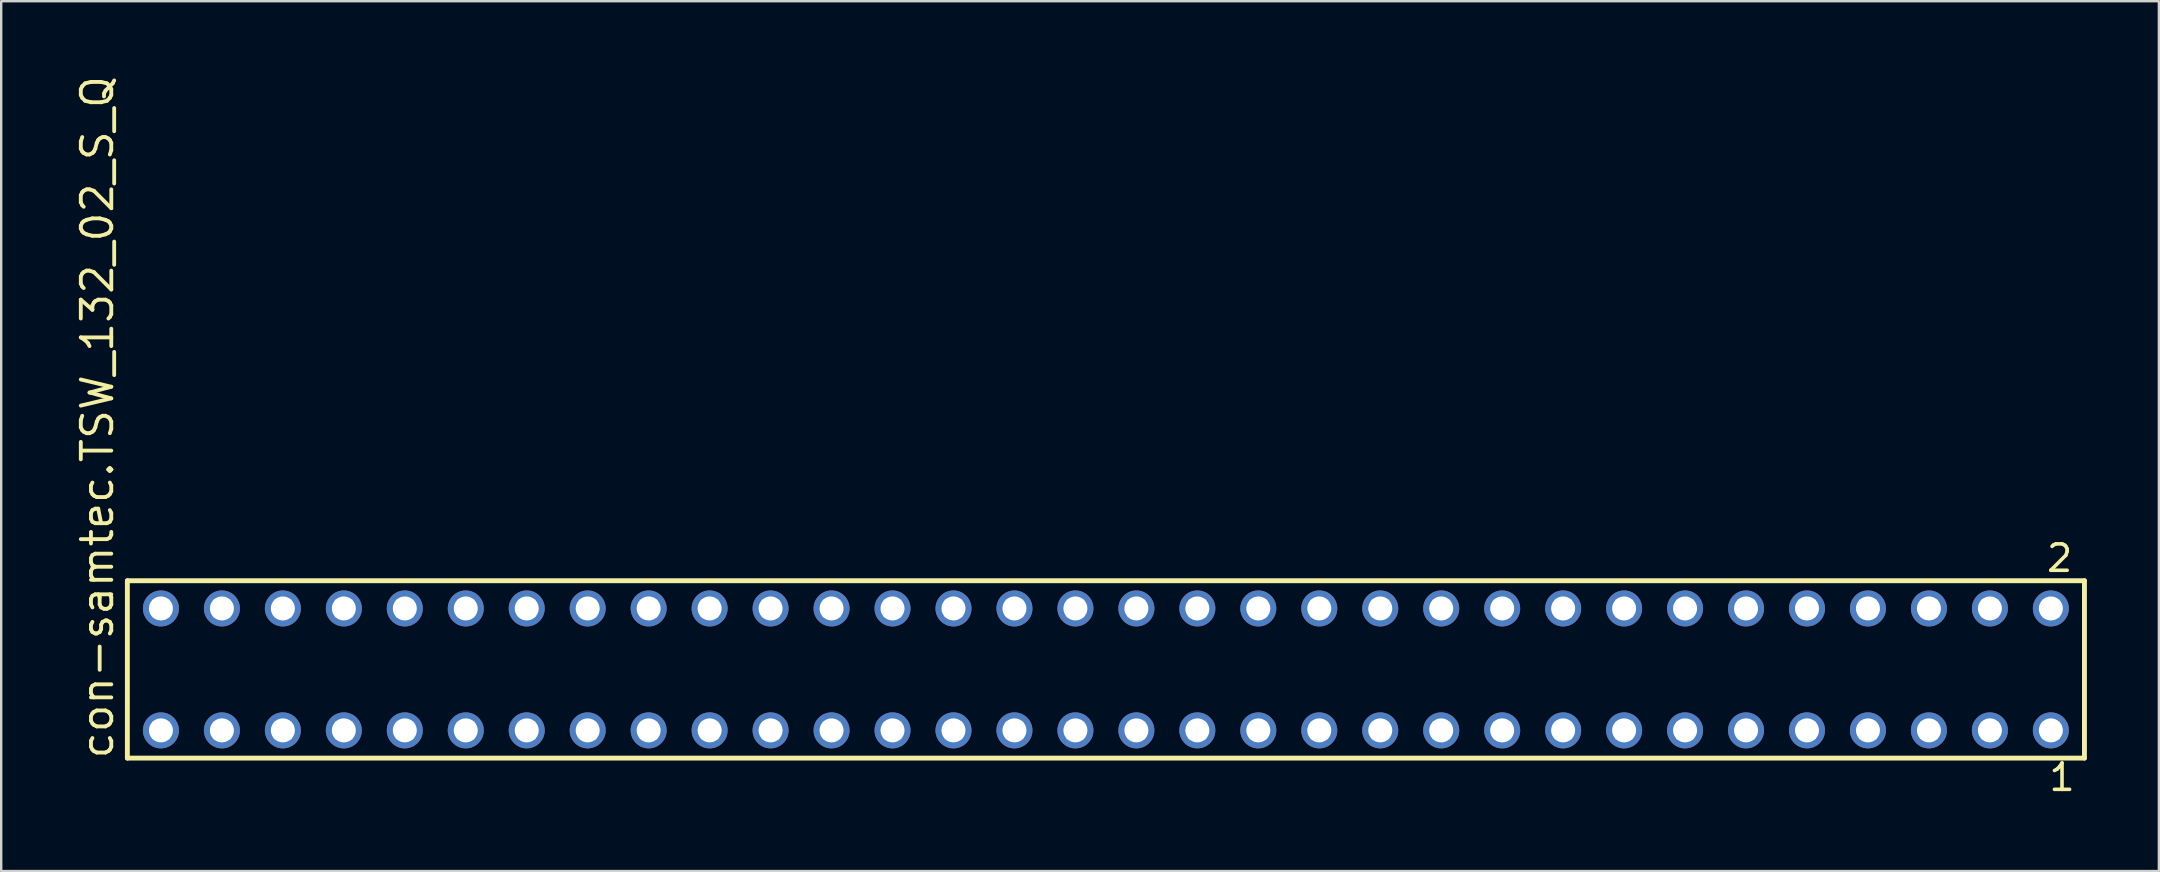
<source format=kicad_pcb>
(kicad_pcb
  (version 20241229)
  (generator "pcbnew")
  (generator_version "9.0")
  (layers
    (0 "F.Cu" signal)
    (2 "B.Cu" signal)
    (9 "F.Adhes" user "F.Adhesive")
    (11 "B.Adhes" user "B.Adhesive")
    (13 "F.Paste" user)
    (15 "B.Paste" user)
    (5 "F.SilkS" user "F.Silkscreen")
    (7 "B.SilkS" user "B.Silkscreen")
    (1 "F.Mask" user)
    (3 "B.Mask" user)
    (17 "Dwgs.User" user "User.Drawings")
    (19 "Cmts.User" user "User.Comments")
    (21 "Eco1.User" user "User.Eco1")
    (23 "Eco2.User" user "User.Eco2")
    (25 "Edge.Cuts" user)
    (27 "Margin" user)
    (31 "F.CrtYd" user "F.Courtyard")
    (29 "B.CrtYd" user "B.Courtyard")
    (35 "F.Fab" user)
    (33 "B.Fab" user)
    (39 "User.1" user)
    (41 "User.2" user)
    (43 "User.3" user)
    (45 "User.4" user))
  (footprint "con-samtec.TSW_132_02_S_Q"
    (layer "F.Cu")
    (at 43.025 24.84)
    (property "Reference" "con-samtec.TSW_132_02_S_Q" (at -41.275 3.81 90) (layer "F.SilkS") (effects (font (size 1.27 1.27) (thickness 0.16)) (justify left bottom)))
    (attr through_hole)
    (fp_line (start -40.769 -3.695) (end 40.769 -3.695) (stroke (width 0.203) (type default)) (layer "F.SilkS"))
    (fp_line (start -40.769 3.695) (end -40.769 -3.695) (stroke (width 0.203) (type default)) (layer "F.SilkS"))
    (fp_line (start 40.769 -3.695) (end 40.769 3.695) (stroke (width 0.203) (type default)) (layer "F.SilkS"))
    (fp_line (start 40.769 3.695) (end -40.769 3.695) (stroke (width 0.203) (type default)) (layer "F.SilkS"))
    (fp_rect (start -39.72 -2.19) (end -39.02 -2.89) (stroke (width 0.05) (type default)) (fill no) (layer "F.Fab"))
    (fp_rect (start -39.72 2.89) (end -39.02 2.19) (stroke (width 0.05) (type default)) (fill no) (layer "F.Fab"))
    (fp_rect (start -37.18 -2.19) (end -36.48 -2.89) (stroke (width 0.05) (type default)) (fill no) (layer "F.Fab"))
    (fp_rect (start -37.18 2.89) (end -36.48 2.19) (stroke (width 0.05) (type default)) (fill no) (layer "F.Fab"))
    (fp_rect (start -34.64 -2.19) (end -33.94 -2.89) (stroke (width 0.05) (type default)) (fill no) (layer "F.Fab"))
    (fp_rect (start -34.64 2.89) (end -33.94 2.19) (stroke (width 0.05) (type default)) (fill no) (layer "F.Fab"))
    (fp_rect (start -32.1 -2.19) (end -31.4 -2.89) (stroke (width 0.05) (type default)) (fill no) (layer "F.Fab"))
    (fp_rect (start -32.1 2.89) (end -31.4 2.19) (stroke (width 0.05) (type default)) (fill no) (layer "F.Fab"))
    (fp_rect (start -29.56 -2.19) (end -28.86 -2.89) (stroke (width 0.05) (type default)) (fill no) (layer "F.Fab"))
    (fp_rect (start -29.56 2.89) (end -28.86 2.19) (stroke (width 0.05) (type default)) (fill no) (layer "F.Fab"))
    (fp_rect (start -27.02 -2.19) (end -26.32 -2.89) (stroke (width 0.05) (type default)) (fill no) (layer "F.Fab"))
    (fp_rect (start -27.02 2.89) (end -26.32 2.19) (stroke (width 0.05) (type default)) (fill no) (layer "F.Fab"))
    (fp_rect (start -24.48 -2.19) (end -23.78 -2.89) (stroke (width 0.05) (type default)) (fill no) (layer "F.Fab"))
    (fp_rect (start -24.48 2.89) (end -23.78 2.19) (stroke (width 0.05) (type default)) (fill no) (layer "F.Fab"))
    (fp_rect (start -21.94 -2.19) (end -21.24 -2.89) (stroke (width 0.05) (type default)) (fill no) (layer "F.Fab"))
    (fp_rect (start -21.94 2.89) (end -21.24 2.19) (stroke (width 0.05) (type default)) (fill no) (layer "F.Fab"))
    (fp_rect (start -19.4 -2.19) (end -18.7 -2.89) (stroke (width 0.05) (type default)) (fill no) (layer "F.Fab"))
    (fp_rect (start -19.4 2.89) (end -18.7 2.19) (stroke (width 0.05) (type default)) (fill no) (layer "F.Fab"))
    (fp_rect (start -16.86 -2.19) (end -16.16 -2.89) (stroke (width 0.05) (type default)) (fill no) (layer "F.Fab"))
    (fp_rect (start -16.86 2.89) (end -16.16 2.19) (stroke (width 0.05) (type default)) (fill no) (layer "F.Fab"))
    (fp_rect (start -14.32 -2.19) (end -13.62 -2.89) (stroke (width 0.05) (type default)) (fill no) (layer "F.Fab"))
    (fp_rect (start -14.32 2.89) (end -13.62 2.19) (stroke (width 0.05) (type default)) (fill no) (layer "F.Fab"))
    (fp_rect (start -11.78 -2.19) (end -11.08 -2.89) (stroke (width 0.05) (type default)) (fill no) (layer "F.Fab"))
    (fp_rect (start -11.78 2.89) (end -11.08 2.19) (stroke (width 0.05) (type default)) (fill no) (layer "F.Fab"))
    (fp_rect (start -9.24 -2.19) (end -8.54 -2.89) (stroke (width 0.05) (type default)) (fill no) (layer "F.Fab"))
    (fp_rect (start -9.24 2.89) (end -8.54 2.19) (stroke (width 0.05) (type default)) (fill no) (layer "F.Fab"))
    (fp_rect (start -6.7 -2.19) (end -6 -2.89) (stroke (width 0.05) (type default)) (fill no) (layer "F.Fab"))
    (fp_rect (start -6.7 2.89) (end -6 2.19) (stroke (width 0.05) (type default)) (fill no) (layer "F.Fab"))
    (fp_rect (start -4.16 -2.19) (end -3.46 -2.89) (stroke (width 0.05) (type default)) (fill no) (layer "F.Fab"))
    (fp_rect (start -4.16 2.89) (end -3.46 2.19) (stroke (width 0.05) (type default)) (fill no) (layer "F.Fab"))
    (fp_rect (start -1.62 -2.19) (end -0.92 -2.89) (stroke (width 0.05) (type default)) (fill no) (layer "F.Fab"))
    (fp_rect (start -1.62 2.89) (end -0.92 2.19) (stroke (width 0.05) (type default)) (fill no) (layer "F.Fab"))
    (fp_rect (start 0.92 -2.19) (end 1.62 -2.89) (stroke (width 0.05) (type default)) (fill no) (layer "F.Fab"))
    (fp_rect (start 0.92 2.89) (end 1.62 2.19) (stroke (width 0.05) (type default)) (fill no) (layer "F.Fab"))
    (fp_rect (start 3.46 -2.19) (end 4.16 -2.89) (stroke (width 0.05) (type default)) (fill no) (layer "F.Fab"))
    (fp_rect (start 3.46 2.89) (end 4.16 2.19) (stroke (width 0.05) (type default)) (fill no) (layer "F.Fab"))
    (fp_rect (start 6 -2.19) (end 6.7 -2.89) (stroke (width 0.05) (type default)) (fill no) (layer "F.Fab"))
    (fp_rect (start 6 2.89) (end 6.7 2.19) (stroke (width 0.05) (type default)) (fill no) (layer "F.Fab"))
    (fp_rect (start 8.54 -2.19) (end 9.24 -2.89) (stroke (width 0.05) (type default)) (fill no) (layer "F.Fab"))
    (fp_rect (start 8.54 2.89) (end 9.24 2.19) (stroke (width 0.05) (type default)) (fill no) (layer "F.Fab"))
    (fp_rect (start 11.08 -2.19) (end 11.78 -2.89) (stroke (width 0.05) (type default)) (fill no) (layer "F.Fab"))
    (fp_rect (start 11.08 2.89) (end 11.78 2.19) (stroke (width 0.05) (type default)) (fill no) (layer "F.Fab"))
    (fp_rect (start 13.62 -2.19) (end 14.32 -2.89) (stroke (width 0.05) (type default)) (fill no) (layer "F.Fab"))
    (fp_rect (start 13.62 2.89) (end 14.32 2.19) (stroke (width 0.05) (type default)) (fill no) (layer "F.Fab"))
    (fp_rect (start 16.16 -2.19) (end 16.86 -2.89) (stroke (width 0.05) (type default)) (fill no) (layer "F.Fab"))
    (fp_rect (start 16.16 2.89) (end 16.86 2.19) (stroke (width 0.05) (type default)) (fill no) (layer "F.Fab"))
    (fp_rect (start 18.7 -2.19) (end 19.4 -2.89) (stroke (width 0.05) (type default)) (fill no) (layer "F.Fab"))
    (fp_rect (start 18.7 2.89) (end 19.4 2.19) (stroke (width 0.05) (type default)) (fill no) (layer "F.Fab"))
    (fp_rect (start 21.24 -2.19) (end 21.94 -2.89) (stroke (width 0.05) (type default)) (fill no) (layer "F.Fab"))
    (fp_rect (start 21.24 2.89) (end 21.94 2.19) (stroke (width 0.05) (type default)) (fill no) (layer "F.Fab"))
    (fp_rect (start 23.78 -2.19) (end 24.48 -2.89) (stroke (width 0.05) (type default)) (fill no) (layer "F.Fab"))
    (fp_rect (start 23.78 2.89) (end 24.48 2.19) (stroke (width 0.05) (type default)) (fill no) (layer "F.Fab"))
    (fp_rect (start 26.32 -2.19) (end 27.02 -2.89) (stroke (width 0.05) (type default)) (fill no) (layer "F.Fab"))
    (fp_rect (start 26.32 2.89) (end 27.02 2.19) (stroke (width 0.05) (type default)) (fill no) (layer "F.Fab"))
    (fp_rect (start 28.86 -2.19) (end 29.56 -2.89) (stroke (width 0.05) (type default)) (fill no) (layer "F.Fab"))
    (fp_rect (start 28.86 2.89) (end 29.56 2.19) (stroke (width 0.05) (type default)) (fill no) (layer "F.Fab"))
    (fp_rect (start 31.4 -2.19) (end 32.1 -2.89) (stroke (width 0.05) (type default)) (fill no) (layer "F.Fab"))
    (fp_rect (start 31.4 2.89) (end 32.1 2.19) (stroke (width 0.05) (type default)) (fill no) (layer "F.Fab"))
    (fp_rect (start 33.94 -2.19) (end 34.64 -2.89) (stroke (width 0.05) (type default)) (fill no) (layer "F.Fab"))
    (fp_rect (start 33.94 2.89) (end 34.64 2.19) (stroke (width 0.05) (type default)) (fill no) (layer "F.Fab"))
    (fp_rect (start 36.48 -2.19) (end 37.18 -2.89) (stroke (width 0.05) (type default)) (fill no) (layer "F.Fab"))
    (fp_rect (start 36.48 2.89) (end 37.18 2.19) (stroke (width 0.05) (type default)) (fill no) (layer "F.Fab"))
    (fp_rect (start 39.02 -2.19) (end 39.72 -2.89) (stroke (width 0.05) (type default)) (fill no) (layer "F.Fab"))
    (fp_rect (start 39.02 2.89) (end 39.72 2.19) (stroke (width 0.05) (type default)) (fill no) (layer "F.Fab"))
    (fp_text user "2" (at 39.112 -3.989 0) (layer "F.SilkS") (effects (font (size 1.1 1.1) (thickness 0.15)) (justify left bottom)))
    (fp_text user "1" (at 39.212 5.138 0) (layer "F.SilkS") (effects (font (size 1.1 1.1) (thickness 0.15)) (justify left bottom)))
    (pad "1" thru_hole circle (at 39.37 2.54 180) (size 1.5 1.5) (drill 1) (layers "*.Cu" "*.Mask"))
    (pad "2" thru_hole circle (at 39.37 -2.54 180) (size 1.5 1.5) (drill 1) (layers "*.Cu" "*.Mask"))
    (pad "3" thru_hole circle (at 36.83 2.54 180) (size 1.5 1.5) (drill 1) (layers "*.Cu" "*.Mask"))
    (pad "4" thru_hole circle (at 36.83 -2.54 180) (size 1.5 1.5) (drill 1) (layers "*.Cu" "*.Mask"))
    (pad "5" thru_hole circle (at 34.29 2.54 180) (size 1.5 1.5) (drill 1) (layers "*.Cu" "*.Mask"))
    (pad "6" thru_hole circle (at 34.29 -2.54 180) (size 1.5 1.5) (drill 1) (layers "*.Cu" "*.Mask"))
    (pad "7" thru_hole circle (at 31.75 2.54 180) (size 1.5 1.5) (drill 1) (layers "*.Cu" "*.Mask"))
    (pad "8" thru_hole circle (at 31.75 -2.54 180) (size 1.5 1.5) (drill 1) (layers "*.Cu" "*.Mask"))
    (pad "9" thru_hole circle (at 29.21 2.54 180) (size 1.5 1.5) (drill 1) (layers "*.Cu" "*.Mask"))
    (pad "10" thru_hole circle (at 29.21 -2.54 180) (size 1.5 1.5) (drill 1) (layers "*.Cu" "*.Mask"))
    (pad "11" thru_hole circle (at 26.67 2.54 180) (size 1.5 1.5) (drill 1) (layers "*.Cu" "*.Mask"))
    (pad "12" thru_hole circle (at 26.67 -2.54 180) (size 1.5 1.5) (drill 1) (layers "*.Cu" "*.Mask"))
    (pad "13" thru_hole circle (at 24.13 2.54 180) (size 1.5 1.5) (drill 1) (layers "*.Cu" "*.Mask"))
    (pad "14" thru_hole circle (at 24.13 -2.54 180) (size 1.5 1.5) (drill 1) (layers "*.Cu" "*.Mask"))
    (pad "15" thru_hole circle (at 21.59 2.54 180) (size 1.5 1.5) (drill 1) (layers "*.Cu" "*.Mask"))
    (pad "16" thru_hole circle (at 21.59 -2.54 180) (size 1.5 1.5) (drill 1) (layers "*.Cu" "*.Mask"))
    (pad "17" thru_hole circle (at 19.05 2.54 180) (size 1.5 1.5) (drill 1) (layers "*.Cu" "*.Mask"))
    (pad "18" thru_hole circle (at 19.05 -2.54 180) (size 1.5 1.5) (drill 1) (layers "*.Cu" "*.Mask"))
    (pad "19" thru_hole circle (at 16.51 2.54 180) (size 1.5 1.5) (drill 1) (layers "*.Cu" "*.Mask"))
    (pad "20" thru_hole circle (at 16.51 -2.54 180) (size 1.5 1.5) (drill 1) (layers "*.Cu" "*.Mask"))
    (pad "21" thru_hole circle (at 13.97 2.54 180) (size 1.5 1.5) (drill 1) (layers "*.Cu" "*.Mask"))
    (pad "22" thru_hole circle (at 13.97 -2.54 180) (size 1.5 1.5) (drill 1) (layers "*.Cu" "*.Mask"))
    (pad "23" thru_hole circle (at 11.43 2.54 180) (size 1.5 1.5) (drill 1) (layers "*.Cu" "*.Mask"))
    (pad "24" thru_hole circle (at 11.43 -2.54 180) (size 1.5 1.5) (drill 1) (layers "*.Cu" "*.Mask"))
    (pad "25" thru_hole circle (at 8.89 2.54 180) (size 1.5 1.5) (drill 1) (layers "*.Cu" "*.Mask"))
    (pad "26" thru_hole circle (at 8.89 -2.54 180) (size 1.5 1.5) (drill 1) (layers "*.Cu" "*.Mask"))
    (pad "27" thru_hole circle (at 6.35 2.54 180) (size 1.5 1.5) (drill 1) (layers "*.Cu" "*.Mask"))
    (pad "28" thru_hole circle (at 6.35 -2.54 180) (size 1.5 1.5) (drill 1) (layers "*.Cu" "*.Mask"))
    (pad "29" thru_hole circle (at 3.81 2.54 180) (size 1.5 1.5) (drill 1) (layers "*.Cu" "*.Mask"))
    (pad "30" thru_hole circle (at 3.81 -2.54 180) (size 1.5 1.5) (drill 1) (layers "*.Cu" "*.Mask"))
    (pad "31" thru_hole circle (at 1.27 2.54 180) (size 1.5 1.5) (drill 1) (layers "*.Cu" "*.Mask"))
    (pad "32" thru_hole circle (at 1.27 -2.54 180) (size 1.5 1.5) (drill 1) (layers "*.Cu" "*.Mask"))
    (pad "33" thru_hole circle (at -1.27 2.54 180) (size 1.5 1.5) (drill 1) (layers "*.Cu" "*.Mask"))
    (pad "34" thru_hole circle (at -1.27 -2.54 180) (size 1.5 1.5) (drill 1) (layers "*.Cu" "*.Mask"))
    (pad "35" thru_hole circle (at -3.81 2.54 180) (size 1.5 1.5) (drill 1) (layers "*.Cu" "*.Mask"))
    (pad "36" thru_hole circle (at -3.81 -2.54 180) (size 1.5 1.5) (drill 1) (layers "*.Cu" "*.Mask"))
    (pad "37" thru_hole circle (at -6.35 2.54 180) (size 1.5 1.5) (drill 1) (layers "*.Cu" "*.Mask"))
    (pad "38" thru_hole circle (at -6.35 -2.54 180) (size 1.5 1.5) (drill 1) (layers "*.Cu" "*.Mask"))
    (pad "39" thru_hole circle (at -8.89 2.54 180) (size 1.5 1.5) (drill 1) (layers "*.Cu" "*.Mask"))
    (pad "40" thru_hole circle (at -8.89 -2.54 180) (size 1.5 1.5) (drill 1) (layers "*.Cu" "*.Mask"))
    (pad "41" thru_hole circle (at -11.43 2.54 180) (size 1.5 1.5) (drill 1) (layers "*.Cu" "*.Mask"))
    (pad "42" thru_hole circle (at -11.43 -2.54 180) (size 1.5 1.5) (drill 1) (layers "*.Cu" "*.Mask"))
    (pad "43" thru_hole circle (at -13.97 2.54 180) (size 1.5 1.5) (drill 1) (layers "*.Cu" "*.Mask"))
    (pad "44" thru_hole circle (at -13.97 -2.54 180) (size 1.5 1.5) (drill 1) (layers "*.Cu" "*.Mask"))
    (pad "45" thru_hole circle (at -16.51 2.54 180) (size 1.5 1.5) (drill 1) (layers "*.Cu" "*.Mask"))
    (pad "46" thru_hole circle (at -16.51 -2.54 180) (size 1.5 1.5) (drill 1) (layers "*.Cu" "*.Mask"))
    (pad "47" thru_hole circle (at -19.05 2.54 180) (size 1.5 1.5) (drill 1) (layers "*.Cu" "*.Mask"))
    (pad "48" thru_hole circle (at -19.05 -2.54 180) (size 1.5 1.5) (drill 1) (layers "*.Cu" "*.Mask"))
    (pad "49" thru_hole circle (at -21.59 2.54 180) (size 1.5 1.5) (drill 1) (layers "*.Cu" "*.Mask"))
    (pad "50" thru_hole circle (at -21.59 -2.54 180) (size 1.5 1.5) (drill 1) (layers "*.Cu" "*.Mask"))
    (pad "51" thru_hole circle (at -24.13 2.54 180) (size 1.5 1.5) (drill 1) (layers "*.Cu" "*.Mask"))
    (pad "52" thru_hole circle (at -24.13 -2.54 180) (size 1.5 1.5) (drill 1) (layers "*.Cu" "*.Mask"))
    (pad "53" thru_hole circle (at -26.67 2.54 180) (size 1.5 1.5) (drill 1) (layers "*.Cu" "*.Mask"))
    (pad "54" thru_hole circle (at -26.67 -2.54 180) (size 1.5 1.5) (drill 1) (layers "*.Cu" "*.Mask"))
    (pad "55" thru_hole circle (at -29.21 2.54 180) (size 1.5 1.5) (drill 1) (layers "*.Cu" "*.Mask"))
    (pad "56" thru_hole circle (at -29.21 -2.54 180) (size 1.5 1.5) (drill 1) (layers "*.Cu" "*.Mask"))
    (pad "57" thru_hole circle (at -31.75 2.54 180) (size 1.5 1.5) (drill 1) (layers "*.Cu" "*.Mask"))
    (pad "58" thru_hole circle (at -31.75 -2.54 180) (size 1.5 1.5) (drill 1) (layers "*.Cu" "*.Mask"))
    (pad "59" thru_hole circle (at -34.29 2.54 180) (size 1.5 1.5) (drill 1) (layers "*.Cu" "*.Mask"))
    (pad "60" thru_hole circle (at -34.29 -2.54 180) (size 1.5 1.5) (drill 1) (layers "*.Cu" "*.Mask"))
    (pad "61" thru_hole circle (at -36.83 2.54 180) (size 1.5 1.5) (drill 1) (layers "*.Cu" "*.Mask"))
    (pad "62" thru_hole circle (at -36.83 -2.54 180) (size 1.5 1.5) (drill 1) (layers "*.Cu" "*.Mask"))
    (pad "63" thru_hole circle (at -39.37 2.54 180) (size 1.5 1.5) (drill 1) (layers "*.Cu" "*.Mask"))
    (pad "64" thru_hole circle (at -39.37 -2.54 180) (size 1.5 1.5) (drill 1) (layers "*.Cu" "*.Mask")))
  (gr_rect
    (start -3 -3)
    (end 86.896 33.241)
    (stroke (width 0.1) (type default))
    (fill no)
    (layer "Edge.Cuts")))
</source>
